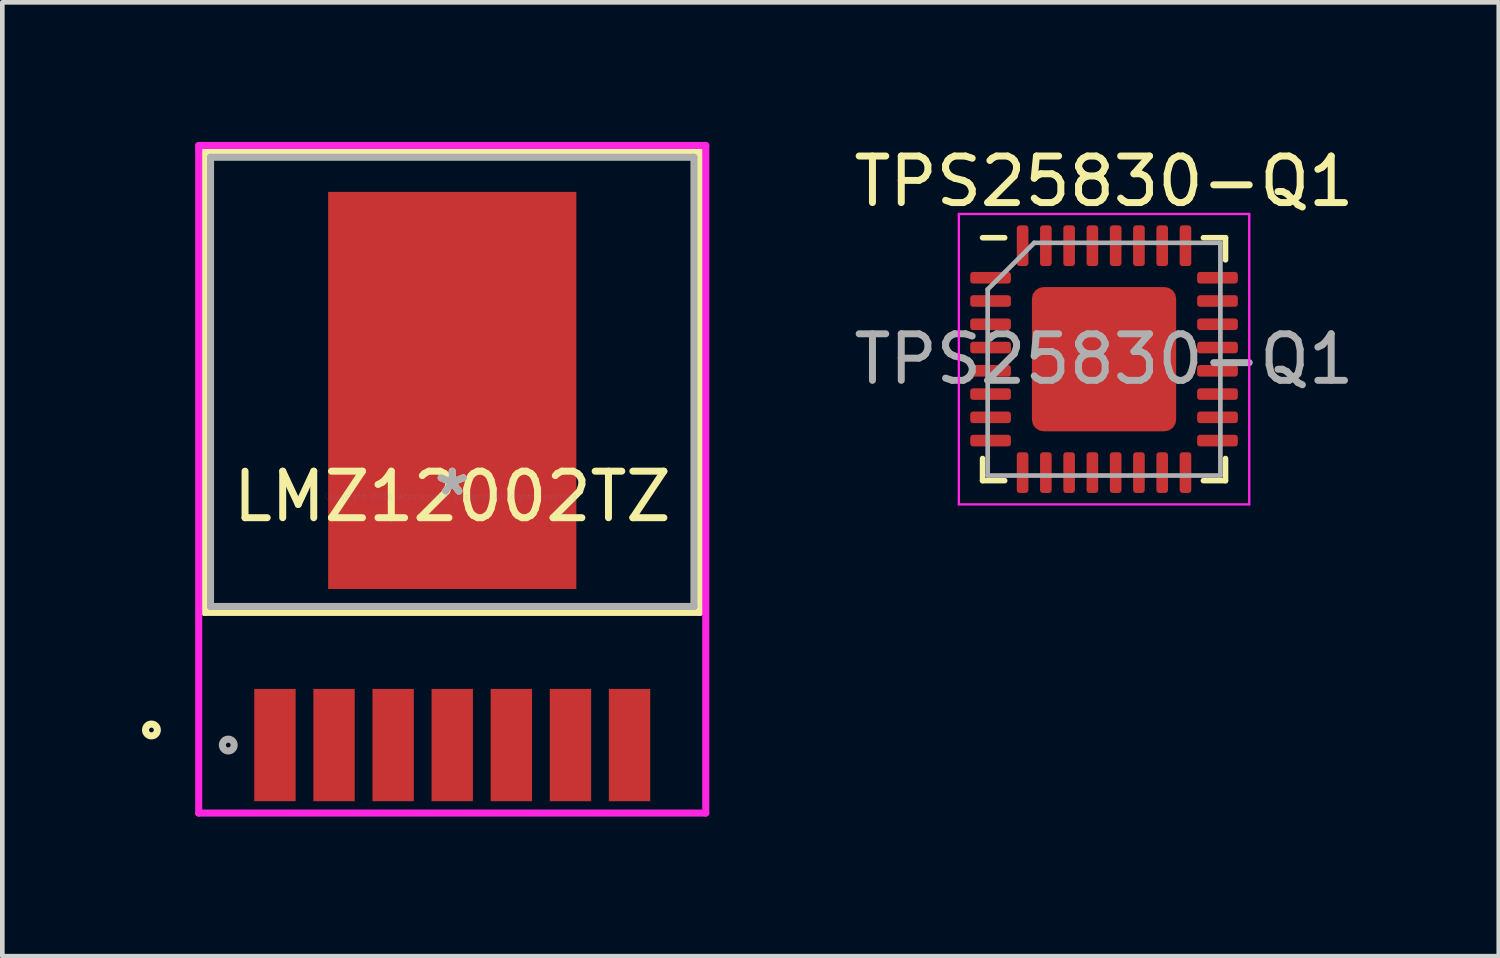
<source format=kicad_pcb>
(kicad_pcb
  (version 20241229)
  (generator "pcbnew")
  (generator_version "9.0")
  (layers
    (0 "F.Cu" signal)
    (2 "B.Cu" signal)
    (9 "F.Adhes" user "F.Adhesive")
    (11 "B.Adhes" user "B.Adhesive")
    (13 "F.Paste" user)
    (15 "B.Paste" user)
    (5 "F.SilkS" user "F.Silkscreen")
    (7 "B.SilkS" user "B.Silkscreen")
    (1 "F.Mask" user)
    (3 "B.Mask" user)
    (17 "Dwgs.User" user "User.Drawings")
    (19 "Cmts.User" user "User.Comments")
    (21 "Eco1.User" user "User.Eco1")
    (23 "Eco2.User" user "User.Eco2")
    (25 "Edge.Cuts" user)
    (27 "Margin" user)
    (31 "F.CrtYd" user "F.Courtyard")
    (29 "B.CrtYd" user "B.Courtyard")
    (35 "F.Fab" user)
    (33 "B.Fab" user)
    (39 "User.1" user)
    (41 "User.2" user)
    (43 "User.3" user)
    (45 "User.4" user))
  (footprint "TPS25830-Q1"
    (layer "F.Cu")
    (at 20.674 4.668)
    (property "Reference" "TPS25830-Q1" (at 0 -3.82 0) (layer "F.SilkS") (effects (font (size 1 1) (thickness 0.15))))
    (attr smd)
    (fp_line (start -2.61 2.61) (end -2.61 2.135) (stroke (width 0.12) (type solid)) (layer "F.SilkS"))
    (fp_line (start -2.135 -2.61) (end -2.61 -2.61) (stroke (width 0.12) (type solid)) (layer "F.SilkS"))
    (fp_line (start -2.135 2.61) (end -2.61 2.61) (stroke (width 0.12) (type solid)) (layer "F.SilkS"))
    (fp_line (start 2.135 -2.61) (end 2.61 -2.61) (stroke (width 0.12) (type solid)) (layer "F.SilkS"))
    (fp_line (start 2.135 2.61) (end 2.61 2.61) (stroke (width 0.12) (type solid)) (layer "F.SilkS"))
    (fp_line (start 2.61 -2.61) (end 2.61 -2.135) (stroke (width 0.12) (type solid)) (layer "F.SilkS"))
    (fp_line (start 2.61 2.61) (end 2.61 2.135) (stroke (width 0.12) (type solid)) (layer "F.SilkS"))
    (fp_line (start -3.12 -3.12) (end -3.12 3.12) (stroke (width 0.05) (type solid)) (layer "F.CrtYd"))
    (fp_line (start -3.12 3.12) (end 3.12 3.12) (stroke (width 0.05) (type solid)) (layer "F.CrtYd"))
    (fp_line (start 3.12 -3.12) (end -3.12 -3.12) (stroke (width 0.05) (type solid)) (layer "F.CrtYd"))
    (fp_line (start 3.12 3.12) (end 3.12 -3.12) (stroke (width 0.05) (type solid)) (layer "F.CrtYd"))
    (fp_line (start -2.5 -1.5) (end -1.5 -2.5) (stroke (width 0.1) (type solid)) (layer "F.Fab"))
    (fp_line (start -2.5 2.5) (end -2.5 -1.5) (stroke (width 0.1) (type solid)) (layer "F.Fab"))
    (fp_line (start -1.5 -2.5) (end 2.5 -2.5) (stroke (width 0.1) (type solid)) (layer "F.Fab"))
    (fp_line (start 2.5 -2.5) (end 2.5 2.5) (stroke (width 0.1) (type solid)) (layer "F.Fab"))
    (fp_line (start 2.5 2.5) (end -2.5 2.5) (stroke (width 0.1) (type solid)) (layer "F.Fab"))
    (fp_text user "${REFERENCE}" (at 0 0 0) (layer "F.Fab") (effects (font (size 1 1) (thickness 0.15))))
    (pad "" smd roundrect (at -0.775 -0.775) (size 1.25 1.25) (layers "F.Paste") (roundrect_rratio 0.2))
    (pad "" smd roundrect (at -0.775 0.775) (size 1.25 1.25) (layers "F.Paste") (roundrect_rratio 0.2))
    (pad "" smd roundrect (at 0.775 -0.775) (size 1.25 1.25) (layers "F.Paste") (roundrect_rratio 0.2))
    (pad "" smd roundrect (at 0.775 0.775) (size 1.25 1.25) (layers "F.Paste") (roundrect_rratio 0.2))
    (pad "1" smd roundrect (at -2.438 -1.75) (size 0.875 0.25) (layers "F.Cu" "F.Mask" "F.Paste") (roundrect_rratio 0.25))
    (pad "2" smd roundrect (at -2.438 -1.25) (size 0.875 0.25) (layers "F.Cu" "F.Mask" "F.Paste") (roundrect_rratio 0.25))
    (pad "3" smd roundrect (at -2.438 -0.75) (size 0.875 0.25) (layers "F.Cu" "F.Mask" "F.Paste") (roundrect_rratio 0.25))
    (pad "4" smd roundrect (at -2.438 -0.25) (size 0.875 0.25) (layers "F.Cu" "F.Mask" "F.Paste") (roundrect_rratio 0.25))
    (pad "5" smd roundrect (at -2.438 0.25) (size 0.875 0.25) (layers "F.Cu" "F.Mask" "F.Paste") (roundrect_rratio 0.25))
    (pad "6" smd roundrect (at -2.438 0.75) (size 0.875 0.25) (layers "F.Cu" "F.Mask" "F.Paste") (roundrect_rratio 0.25))
    (pad "7" smd roundrect (at -2.438 1.25) (size 0.875 0.25) (layers "F.Cu" "F.Mask" "F.Paste") (roundrect_rratio 0.25))
    (pad "8" smd roundrect (at -2.438 1.75) (size 0.875 0.25) (layers "F.Cu" "F.Mask" "F.Paste") (roundrect_rratio 0.25))
    (pad "9" smd roundrect (at -1.75 2.438) (size 0.25 0.875) (layers "F.Cu" "F.Mask" "F.Paste") (roundrect_rratio 0.25))
    (pad "10" smd roundrect (at -1.25 2.438) (size 0.25 0.875) (layers "F.Cu" "F.Mask" "F.Paste") (roundrect_rratio 0.25))
    (pad "11" smd roundrect (at -0.75 2.438) (size 0.25 0.875) (layers "F.Cu" "F.Mask" "F.Paste") (roundrect_rratio 0.25))
    (pad "12" smd roundrect (at -0.25 2.438) (size 0.25 0.875) (layers "F.Cu" "F.Mask" "F.Paste") (roundrect_rratio 0.25))
    (pad "13" smd roundrect (at 0.25 2.438) (size 0.25 0.875) (layers "F.Cu" "F.Mask" "F.Paste") (roundrect_rratio 0.25))
    (pad "14" smd roundrect (at 0.75 2.438) (size 0.25 0.875) (layers "F.Cu" "F.Mask" "F.Paste") (roundrect_rratio 0.25))
    (pad "15" smd roundrect (at 1.25 2.438) (size 0.25 0.875) (layers "F.Cu" "F.Mask" "F.Paste") (roundrect_rratio 0.25))
    (pad "16" smd roundrect (at 1.75 2.438) (size 0.25 0.875) (layers "F.Cu" "F.Mask" "F.Paste") (roundrect_rratio 0.25))
    (pad "17" smd roundrect (at 2.438 1.75) (size 0.875 0.25) (layers "F.Cu" "F.Mask" "F.Paste") (roundrect_rratio 0.25))
    (pad "18" smd roundrect (at 2.438 1.25) (size 0.875 0.25) (layers "F.Cu" "F.Mask" "F.Paste") (roundrect_rratio 0.25))
    (pad "19" smd roundrect (at 2.438 0.75) (size 0.875 0.25) (layers "F.Cu" "F.Mask" "F.Paste") (roundrect_rratio 0.25))
    (pad "20" smd roundrect (at 2.438 0.25) (size 0.875 0.25) (layers "F.Cu" "F.Mask" "F.Paste") (roundrect_rratio 0.25))
    (pad "21" smd roundrect (at 2.438 -0.25) (size 0.875 0.25) (layers "F.Cu" "F.Mask" "F.Paste") (roundrect_rratio 0.25))
    (pad "22" smd roundrect (at 2.438 -0.75) (size 0.875 0.25) (layers "F.Cu" "F.Mask" "F.Paste") (roundrect_rratio 0.25))
    (pad "23" smd roundrect (at 2.438 -1.25) (size 0.875 0.25) (layers "F.Cu" "F.Mask" "F.Paste") (roundrect_rratio 0.25))
    (pad "24" smd roundrect (at 2.438 -1.75) (size 0.875 0.25) (layers "F.Cu" "F.Mask" "F.Paste") (roundrect_rratio 0.25))
    (pad "25" smd roundrect (at 1.75 -2.438) (size 0.25 0.875) (layers "F.Cu" "F.Mask" "F.Paste") (roundrect_rratio 0.25))
    (pad "26" smd roundrect (at 1.25 -2.438) (size 0.25 0.875) (layers "F.Cu" "F.Mask" "F.Paste") (roundrect_rratio 0.25))
    (pad "27" smd roundrect (at 0.75 -2.438) (size 0.25 0.875) (layers "F.Cu" "F.Mask" "F.Paste") (roundrect_rratio 0.25))
    (pad "28" smd roundrect (at 0.25 -2.438) (size 0.25 0.875) (layers "F.Cu" "F.Mask" "F.Paste") (roundrect_rratio 0.25))
    (pad "29" smd roundrect (at -0.25 -2.438) (size 0.25 0.875) (layers "F.Cu" "F.Mask" "F.Paste") (roundrect_rratio 0.25))
    (pad "30" smd roundrect (at -0.75 -2.438) (size 0.25 0.875) (layers "F.Cu" "F.Mask" "F.Paste") (roundrect_rratio 0.25))
    (pad "31" smd roundrect (at -1.25 -2.438) (size 0.25 0.875) (layers "F.Cu" "F.Mask" "F.Paste") (roundrect_rratio 0.25))
    (pad "32" smd roundrect (at -1.75 -2.438) (size 0.25 0.875) (layers "F.Cu" "F.Mask" "F.Paste") (roundrect_rratio 0.25))
    (pad "33" smd roundrect (at 0 0) (size 3.1 3.1) (layers "F.Cu" "F.Mask") (roundrect_rratio 0.081)))
  (footprint "LMZ12002TZ"
    (layer "F.Cu")
    (at 6.668 7.62)
    (property "Reference" "LMZ12002TZ" (at 0 0 0) (layer "F.SilkS") (effects (font (size 1 1) (thickness 0.15))))
    (attr through_hole)
    (fp_line (start -5.321 -7.417) (end -5.321 2.489) (stroke (width 0.152) (type solid)) (layer "F.SilkS"))
    (fp_line (start -5.321 2.489) (end 5.321 2.489) (stroke (width 0.152) (type solid)) (layer "F.SilkS"))
    (fp_line (start 5.321 -7.417) (end -5.321 -7.417) (stroke (width 0.152) (type solid)) (layer "F.SilkS"))
    (fp_line (start 5.321 2.489) (end 5.321 -7.417) (stroke (width 0.152) (type solid)) (layer "F.SilkS"))
    (fp_circle (center -6.464 5.016) (end -6.337 5.016) (stroke (width 0.152) (type solid)) (fill no) (layer "F.SilkS"))
    (fp_line (start -5.448 -7.544) (end -5.448 6.801) (stroke (width 0.152) (type solid)) (layer "F.CrtYd"))
    (fp_line (start -5.448 6.801) (end 5.448 6.801) (stroke (width 0.152) (type solid)) (layer "F.CrtYd"))
    (fp_line (start 5.448 -7.544) (end -5.448 -7.544) (stroke (width 0.152) (type solid)) (layer "F.CrtYd"))
    (fp_line (start 5.448 6.801) (end 5.448 -7.544) (stroke (width 0.152) (type solid)) (layer "F.CrtYd"))
    (fp_line (start -5.194 -7.29) (end -5.194 2.362) (stroke (width 0.152) (type solid)) (layer "F.Fab"))
    (fp_line (start -5.194 2.362) (end 5.194 2.362) (stroke (width 0.152) (type solid)) (layer "F.Fab"))
    (fp_line (start 5.194 -7.29) (end -5.194 -7.29) (stroke (width 0.152) (type solid)) (layer "F.Fab"))
    (fp_line (start 5.194 2.362) (end 5.194 -7.29) (stroke (width 0.152) (type solid)) (layer "F.Fab"))
    (fp_circle (center -4.813 5.34) (end -4.686 5.34) (stroke (width 0.152) (type solid)) (fill no) (layer "F.Fab"))
    (fp_text user "*" (at 0 0 0) (layer "F.SilkS") (effects (font (size 1 1) (thickness 0.15))))
    (fp_text user "Copyright 2016 Accelerated Designs. All rights reserved." (at 0 0 0) (layer "Cmts.User") (effects (font (size 0.127 0.127) (thickness 0.002))))
    (fp_text user "*" (at 0 0 0) (layer "F.Fab") (effects (font (size 1 1) (thickness 0.15))))
    (pad "1" smd rect (at -3.81 5.34) (size 0.889 2.413) (layers "F.Cu" "F.Mask" "F.Paste"))
    (pad "2" smd rect (at -2.54 5.34) (size 0.889 2.413) (layers "F.Cu" "F.Mask" "F.Paste"))
    (pad "3" smd rect (at -1.27 5.34) (size 0.889 2.413) (layers "F.Cu" "F.Mask" "F.Paste"))
    (pad "4" smd rect (at 0 5.34) (size 0.889 2.413) (layers "F.Cu" "F.Mask" "F.Paste"))
    (pad "5" smd rect (at 1.27 5.34) (size 0.889 2.413) (layers "F.Cu" "F.Mask" "F.Paste"))
    (pad "6" smd rect (at 2.54 5.34) (size 0.889 2.413) (layers "F.Cu" "F.Mask" "F.Paste"))
    (pad "7" smd rect (at 3.81 5.34) (size 0.889 2.413) (layers "F.Cu" "F.Mask" "F.Paste"))
    (pad "8" smd rect (at 0 -2.28) (size 5.334 8.534) (layers "F.Cu" "F.Mask" "F.Paste")))
  (gr_rect
    (start -3 -3)
    (end 29.156 17.497)
    (stroke (width 0.1) (type default))
    (fill no)
    (layer "Edge.Cuts")))
</source>
